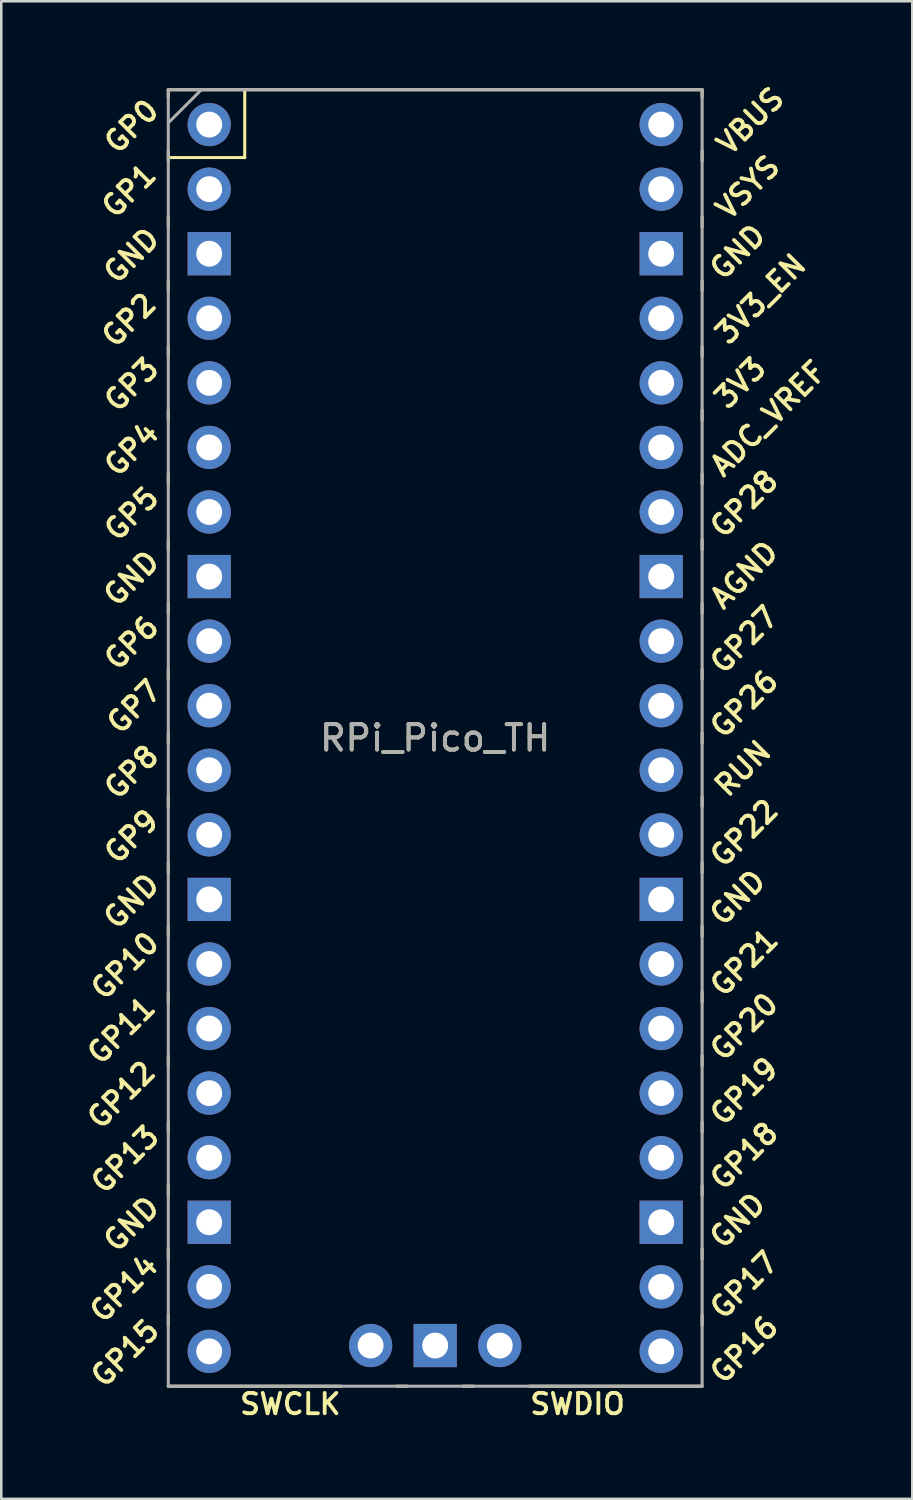
<source format=kicad_pcb>
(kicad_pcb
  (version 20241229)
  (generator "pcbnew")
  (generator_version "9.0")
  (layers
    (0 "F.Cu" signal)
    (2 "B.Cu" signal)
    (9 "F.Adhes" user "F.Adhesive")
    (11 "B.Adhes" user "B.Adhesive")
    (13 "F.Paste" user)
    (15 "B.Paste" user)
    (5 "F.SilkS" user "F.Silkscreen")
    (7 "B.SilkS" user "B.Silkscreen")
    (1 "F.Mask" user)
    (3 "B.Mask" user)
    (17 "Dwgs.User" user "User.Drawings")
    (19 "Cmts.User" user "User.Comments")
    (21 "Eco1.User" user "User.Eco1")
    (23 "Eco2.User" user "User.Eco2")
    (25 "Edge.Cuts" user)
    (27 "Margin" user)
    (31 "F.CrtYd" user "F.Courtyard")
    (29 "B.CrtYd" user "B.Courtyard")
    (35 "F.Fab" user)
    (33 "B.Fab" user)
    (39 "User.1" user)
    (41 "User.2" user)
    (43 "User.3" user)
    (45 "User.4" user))
  (footprint "RPi_Pico_TH"
    (layer "F.Cu")
    (at 14.07 25.981)
    (property "Reference" "RPi_Pico_TH" (at 0 0 0) (layer "F.SilkS") (effects (font (size 1 1) (thickness 0.15))))
    (attr through_hole)
    (fp_line (start -10.5 -25.5) (end -10.5 -25.2) (stroke (width 0.12) (type solid)) (layer "F.SilkS"))
    (fp_line (start -10.5 -25.5) (end 10.5 -25.5) (stroke (width 0.12) (type solid)) (layer "F.SilkS"))
    (fp_line (start -10.5 -23.1) (end -10.5 -22.7) (stroke (width 0.12) (type solid)) (layer "F.SilkS"))
    (fp_line (start -10.5 -22.833) (end -7.493 -22.833) (stroke (width 0.12) (type solid)) (layer "F.SilkS"))
    (fp_line (start -10.5 -20.5) (end -10.5 -20.1) (stroke (width 0.12) (type solid)) (layer "F.SilkS"))
    (fp_line (start -10.5 -18) (end -10.5 -17.6) (stroke (width 0.12) (type solid)) (layer "F.SilkS"))
    (fp_line (start -10.5 -15.4) (end -10.5 -15) (stroke (width 0.12) (type solid)) (layer "F.SilkS"))
    (fp_line (start -10.5 -12.9) (end -10.5 -12.5) (stroke (width 0.12) (type solid)) (layer "F.SilkS"))
    (fp_line (start -10.5 -10.4) (end -10.5 -10) (stroke (width 0.12) (type solid)) (layer "F.SilkS"))
    (fp_line (start -10.5 -7.8) (end -10.5 -7.4) (stroke (width 0.12) (type solid)) (layer "F.SilkS"))
    (fp_line (start -10.5 -5.3) (end -10.5 -4.9) (stroke (width 0.12) (type solid)) (layer "F.SilkS"))
    (fp_line (start -10.5 -2.7) (end -10.5 -2.3) (stroke (width 0.12) (type solid)) (layer "F.SilkS"))
    (fp_line (start -10.5 -0.2) (end -10.5 0.2) (stroke (width 0.12) (type solid)) (layer "F.SilkS"))
    (fp_line (start -10.5 2.3) (end -10.5 2.7) (stroke (width 0.12) (type solid)) (layer "F.SilkS"))
    (fp_line (start -10.5 4.9) (end -10.5 5.3) (stroke (width 0.12) (type solid)) (layer "F.SilkS"))
    (fp_line (start -10.5 7.4) (end -10.5 7.8) (stroke (width 0.12) (type solid)) (layer "F.SilkS"))
    (fp_line (start -10.5 10) (end -10.5 10.4) (stroke (width 0.12) (type solid)) (layer "F.SilkS"))
    (fp_line (start -10.5 12.5) (end -10.5 12.9) (stroke (width 0.12) (type solid)) (layer "F.SilkS"))
    (fp_line (start -10.5 15.1) (end -10.5 15.5) (stroke (width 0.12) (type solid)) (layer "F.SilkS"))
    (fp_line (start -10.5 17.6) (end -10.5 18) (stroke (width 0.12) (type solid)) (layer "F.SilkS"))
    (fp_line (start -10.5 20.1) (end -10.5 20.5) (stroke (width 0.12) (type solid)) (layer "F.SilkS"))
    (fp_line (start -10.5 22.7) (end -10.5 23.1) (stroke (width 0.12) (type solid)) (layer "F.SilkS"))
    (fp_line (start -7.493 -22.833) (end -7.493 -25.5) (stroke (width 0.12) (type solid)) (layer "F.SilkS"))
    (fp_line (start -3.7 25.5) (end -10.5 25.5) (stroke (width 0.12) (type solid)) (layer "F.SilkS"))
    (fp_line (start -1.5 25.5) (end -1.1 25.5) (stroke (width 0.12) (type solid)) (layer "F.SilkS"))
    (fp_line (start 1.1 25.5) (end 1.5 25.5) (stroke (width 0.12) (type solid)) (layer "F.SilkS"))
    (fp_line (start 10.5 -25.5) (end 10.5 -25.2) (stroke (width 0.12) (type solid)) (layer "F.SilkS"))
    (fp_line (start 10.5 -23.1) (end 10.5 -22.7) (stroke (width 0.12) (type solid)) (layer "F.SilkS"))
    (fp_line (start 10.5 -20.5) (end 10.5 -20.1) (stroke (width 0.12) (type solid)) (layer "F.SilkS"))
    (fp_line (start 10.5 -18) (end 10.5 -17.6) (stroke (width 0.12) (type solid)) (layer "F.SilkS"))
    (fp_line (start 10.5 -15.4) (end 10.5 -15) (stroke (width 0.12) (type solid)) (layer "F.SilkS"))
    (fp_line (start 10.5 -12.9) (end 10.5 -12.5) (stroke (width 0.12) (type solid)) (layer "F.SilkS"))
    (fp_line (start 10.5 -10.4) (end 10.5 -10) (stroke (width 0.12) (type solid)) (layer "F.SilkS"))
    (fp_line (start 10.5 -7.8) (end 10.5 -7.4) (stroke (width 0.12) (type solid)) (layer "F.SilkS"))
    (fp_line (start 10.5 -5.3) (end 10.5 -4.9) (stroke (width 0.12) (type solid)) (layer "F.SilkS"))
    (fp_line (start 10.5 -2.7) (end 10.5 -2.3) (stroke (width 0.12) (type solid)) (layer "F.SilkS"))
    (fp_line (start 10.5 -0.2) (end 10.5 0.2) (stroke (width 0.12) (type solid)) (layer "F.SilkS"))
    (fp_line (start 10.5 2.3) (end 10.5 2.7) (stroke (width 0.12) (type solid)) (layer "F.SilkS"))
    (fp_line (start 10.5 4.9) (end 10.5 5.3) (stroke (width 0.12) (type solid)) (layer "F.SilkS"))
    (fp_line (start 10.5 7.4) (end 10.5 7.8) (stroke (width 0.12) (type solid)) (layer "F.SilkS"))
    (fp_line (start 10.5 10) (end 10.5 10.4) (stroke (width 0.12) (type solid)) (layer "F.SilkS"))
    (fp_line (start 10.5 12.5) (end 10.5 12.9) (stroke (width 0.12) (type solid)) (layer "F.SilkS"))
    (fp_line (start 10.5 15.1) (end 10.5 15.5) (stroke (width 0.12) (type solid)) (layer "F.SilkS"))
    (fp_line (start 10.5 17.6) (end 10.5 18) (stroke (width 0.12) (type solid)) (layer "F.SilkS"))
    (fp_line (start 10.5 20.1) (end 10.5 20.5) (stroke (width 0.12) (type solid)) (layer "F.SilkS"))
    (fp_line (start 10.5 22.7) (end 10.5 23.1) (stroke (width 0.12) (type solid)) (layer "F.SilkS"))
    (fp_line (start 10.5 25.5) (end 3.7 25.5) (stroke (width 0.12) (type solid)) (layer "F.SilkS"))
    (fp_line (start -10.5 -25.5) (end 10.5 -25.5) (stroke (width 0.12) (type solid)) (layer "F.Fab"))
    (fp_line (start -10.5 -24.2) (end -9.2 -25.5) (stroke (width 0.12) (type solid)) (layer "F.Fab"))
    (fp_line (start -10.5 25.5) (end -10.5 -25.5) (stroke (width 0.12) (type solid)) (layer "F.Fab"))
    (fp_line (start 10.5 -25.5) (end 10.5 25.5) (stroke (width 0.12) (type solid)) (layer "F.Fab"))
    (fp_line (start 10.5 25.5) (end -10.5 25.5) (stroke (width 0.12) (type solid)) (layer "F.Fab"))
    (fp_text user "GND" (at 11.9 6.28 45) (layer "F.SilkS") (effects (font (size 0.8 0.8) (thickness 0.15))))
    (fp_text user "GP21" (at 12.154 8.83 45) (layer "F.SilkS") (effects (font (size 0.8 0.8) (thickness 0.15))))
    (fp_text user "GND" (at -11.946 -6.28 45) (layer "F.SilkS") (effects (font (size 0.8 0.8) (thickness 0.15))))
    (fp_text user "GP14" (at -12.246 21.66 45) (layer "F.SilkS") (effects (font (size 0.8 0.8) (thickness 0.15))))
    (fp_text user "GND" (at -11.946 6.42 45) (layer "F.SilkS") (effects (font (size 0.8 0.8) (thickness 0.15))))
    (fp_text user "ADC_VREF" (at 13.1 -12.57 45) (layer "F.SilkS") (effects (font (size 0.8 0.8) (thickness 0.15))))
    (fp_text user "GP6" (at -11.946 -3.74 45) (layer "F.SilkS") (effects (font (size 0.8 0.8) (thickness 0.15))))
    (fp_text user "GP3" (at -11.946 -13.9 45) (layer "F.SilkS") (effects (font (size 0.8 0.8) (thickness 0.15))))
    (fp_text user "GP16" (at 12.154 24.06 45) (layer "F.SilkS") (effects (font (size 0.8 0.8) (thickness 0.15))))
    (fp_text user "GP1" (at -12.046 -21.53 45) (layer "F.SilkS") (effects (font (size 0.8 0.8) (thickness 0.15))))
    (fp_text user "GP17" (at 12.154 21.52 45) (layer "F.SilkS") (effects (font (size 0.8 0.8) (thickness 0.15))))
    (fp_text user "GP20" (at 12.154 11.36 45) (layer "F.SilkS") (effects (font (size 0.8 0.8) (thickness 0.15))))
    (fp_text user "GP10" (at -12.2 8.96 45) (layer "F.SilkS") (effects (font (size 0.8 0.8) (thickness 0.15))))
    (fp_text user "SWDIO" (at 5.6 26.2 0) (layer "F.SilkS") (effects (font (size 0.8 0.8) (thickness 0.15))))
    (fp_text user "GP2" (at -12.046 -16.44 45) (layer "F.SilkS") (effects (font (size 0.8 0.8) (thickness 0.15))))
    (fp_text user "GP27" (at 12.154 -3.87 45) (layer "F.SilkS") (effects (font (size 0.8 0.8) (thickness 0.15))))
    (fp_text user "GND" (at -11.946 -18.98 45) (layer "F.SilkS") (effects (font (size 0.8 0.8) (thickness 0.15))))
    (fp_text user "GP26" (at 12.154 -1.34 45) (layer "F.SilkS") (effects (font (size 0.8 0.8) (thickness 0.15))))
    (fp_text user "3V3" (at 12 -13.97 45) (layer "F.SilkS") (effects (font (size 0.8 0.8) (thickness 0.15))))
    (fp_text user "GP18" (at 12.154 16.44 45) (layer "F.SilkS") (effects (font (size 0.8 0.8) (thickness 0.15))))
    (fp_text user "GP7" (at -11.846 -1.23 45) (layer "F.SilkS") (effects (font (size 0.8 0.8) (thickness 0.15))))
    (fp_text user "VSYS" (at 12.3 -21.66 45) (layer "F.SilkS") (effects (font (size 0.8 0.8) (thickness 0.15))))
    (fp_text user "GND" (at 11.9 18.98 45) (layer "F.SilkS") (effects (font (size 0.8 0.8) (thickness 0.15))))
    (fp_text user "GP9" (at -11.946 3.88 45) (layer "F.SilkS") (effects (font (size 0.8 0.8) (thickness 0.15))))
    (fp_text user "GP5" (at -11.946 -8.82 45) (layer "F.SilkS") (effects (font (size 0.8 0.8) (thickness 0.15))))
    (fp_text user "GP22" (at 12.154 3.74 45) (layer "F.SilkS") (effects (font (size 0.8 0.8) (thickness 0.15))))
    (fp_text user "GND" (at 11.9 -19.12 45) (layer "F.SilkS") (effects (font (size 0.8 0.8) (thickness 0.15))))
    (fp_text user "RUN" (at 12.1 1.2 45) (layer "F.SilkS") (effects (font (size 0.8 0.8) (thickness 0.15))))
    (fp_text user "AGND" (at 12.154 -6.42 45) (layer "F.SilkS") (effects (font (size 0.8 0.8) (thickness 0.15))))
    (fp_text user "GP0" (at -11.946 -24.06 45) (layer "F.SilkS") (effects (font (size 0.8 0.8) (thickness 0.15))))
    (fp_text user "GP28" (at 12.154 -9.214 45) (layer "F.SilkS") (effects (font (size 0.8 0.8) (thickness 0.15))))
    (fp_text user "GP8" (at -11.946 1.34 45) (layer "F.SilkS") (effects (font (size 0.8 0.8) (thickness 0.15))))
    (fp_text user "GND" (at -11.946 19.12 45) (layer "F.SilkS") (effects (font (size 0.8 0.8) (thickness 0.15))))
    (fp_text user "GP4" (at -11.946 -11.36 45) (layer "F.SilkS") (effects (font (size 0.8 0.8) (thickness 0.15))))
    (fp_text user "GP13" (at -12.2 16.58 45) (layer "F.SilkS") (effects (font (size 0.8 0.8) (thickness 0.15))))
    (fp_text user "SWCLK" (at -5.7 26.2 0) (layer "F.SilkS") (effects (font (size 0.8 0.8) (thickness 0.15))))
    (fp_text user "GP12" (at -12.346 14.04 45) (layer "F.SilkS") (effects (font (size 0.8 0.8) (thickness 0.15))))
    (fp_text user "GP19" (at 12.154 13.9 45) (layer "F.SilkS") (effects (font (size 0.8 0.8) (thickness 0.15))))
    (fp_text user "GP11" (at -12.346 11.5 45) (layer "F.SilkS") (effects (font (size 0.8 0.8) (thickness 0.15))))
    (fp_text user "GP15" (at -12.2 24.2 45) (layer "F.SilkS") (effects (font (size 0.8 0.8) (thickness 0.15))))
    (fp_text user "3V3_EN" (at 12.8 -17.27 45) (layer "F.SilkS") (effects (font (size 0.8 0.8) (thickness 0.15))))
    (fp_text user "VBUS" (at 12.4 -24.27 45) (layer "F.SilkS") (effects (font (size 0.8 0.8) (thickness 0.15))))
    (fp_text user "${REFERENCE}" (at 0 0 180) (layer "F.Fab") (effects (font (size 1 1) (thickness 0.15))))
    (pad "1" thru_hole oval (at -8.89 -24.13) (size 1.7 1.7) (drill 1.02) (layers "*.Cu" "*.Mask"))
    (pad "2" thru_hole oval (at -8.89 -21.59) (size 1.7 1.7) (drill 1.02) (layers "*.Cu" "*.Mask"))
    (pad "3" thru_hole rect (at -8.89 -19.05) (size 1.7 1.7) (drill 1.02) (layers "*.Cu" "*.Mask"))
    (pad "4" thru_hole oval (at -8.89 -16.51) (size 1.7 1.7) (drill 1.02) (layers "*.Cu" "*.Mask"))
    (pad "5" thru_hole oval (at -8.89 -13.97) (size 1.7 1.7) (drill 1.02) (layers "*.Cu" "*.Mask"))
    (pad "6" thru_hole oval (at -8.89 -11.43) (size 1.7 1.7) (drill 1.02) (layers "*.Cu" "*.Mask"))
    (pad "7" thru_hole oval (at -8.89 -8.89) (size 1.7 1.7) (drill 1.02) (layers "*.Cu" "*.Mask"))
    (pad "8" thru_hole rect (at -8.89 -6.35) (size 1.7 1.7) (drill 1.02) (layers "*.Cu" "*.Mask"))
    (pad "9" thru_hole oval (at -8.89 -3.81) (size 1.7 1.7) (drill 1.02) (layers "*.Cu" "*.Mask"))
    (pad "10" thru_hole oval (at -8.89 -1.27) (size 1.7 1.7) (drill 1.02) (layers "*.Cu" "*.Mask"))
    (pad "11" thru_hole oval (at -8.89 1.27) (size 1.7 1.7) (drill 1.02) (layers "*.Cu" "*.Mask"))
    (pad "12" thru_hole oval (at -8.89 3.81) (size 1.7 1.7) (drill 1.02) (layers "*.Cu" "*.Mask"))
    (pad "13" thru_hole rect (at -8.89 6.35) (size 1.7 1.7) (drill 1.02) (layers "*.Cu" "*.Mask"))
    (pad "14" thru_hole oval (at -8.89 8.89) (size 1.7 1.7) (drill 1.02) (layers "*.Cu" "*.Mask"))
    (pad "15" thru_hole oval (at -8.89 11.43) (size 1.7 1.7) (drill 1.02) (layers "*.Cu" "*.Mask"))
    (pad "16" thru_hole oval (at -8.89 13.97) (size 1.7 1.7) (drill 1.02) (layers "*.Cu" "*.Mask"))
    (pad "17" thru_hole oval (at -8.89 16.51) (size 1.7 1.7) (drill 1.02) (layers "*.Cu" "*.Mask"))
    (pad "18" thru_hole rect (at -8.89 19.05) (size 1.7 1.7) (drill 1.02) (layers "*.Cu" "*.Mask"))
    (pad "19" thru_hole oval (at -8.89 21.59) (size 1.7 1.7) (drill 1.02) (layers "*.Cu" "*.Mask"))
    (pad "20" thru_hole oval (at -8.89 24.13) (size 1.7 1.7) (drill 1.02) (layers "*.Cu" "*.Mask"))
    (pad "21" thru_hole oval (at 8.89 24.13) (size 1.7 1.7) (drill 1.02) (layers "*.Cu" "*.Mask"))
    (pad "22" thru_hole oval (at 8.89 21.59) (size 1.7 1.7) (drill 1.02) (layers "*.Cu" "*.Mask"))
    (pad "23" thru_hole rect (at 8.89 19.05) (size 1.7 1.7) (drill 1.02) (layers "*.Cu" "*.Mask"))
    (pad "24" thru_hole oval (at 8.89 16.51) (size 1.7 1.7) (drill 1.02) (layers "*.Cu" "*.Mask"))
    (pad "25" thru_hole oval (at 8.89 13.97) (size 1.7 1.7) (drill 1.02) (layers "*.Cu" "*.Mask"))
    (pad "26" thru_hole oval (at 8.89 11.43) (size 1.7 1.7) (drill 1.02) (layers "*.Cu" "*.Mask"))
    (pad "27" thru_hole oval (at 8.89 8.89) (size 1.7 1.7) (drill 1.02) (layers "*.Cu" "*.Mask"))
    (pad "28" thru_hole rect (at 8.89 6.35) (size 1.7 1.7) (drill 1.02) (layers "*.Cu" "*.Mask"))
    (pad "29" thru_hole oval (at 8.89 3.81) (size 1.7 1.7) (drill 1.02) (layers "*.Cu" "*.Mask"))
    (pad "30" thru_hole oval (at 8.89 1.27) (size 1.7 1.7) (drill 1.02) (layers "*.Cu" "*.Mask"))
    (pad "31" thru_hole oval (at 8.89 -1.27) (size 1.7 1.7) (drill 1.02) (layers "*.Cu" "*.Mask"))
    (pad "32" thru_hole oval (at 8.89 -3.81) (size 1.7 1.7) (drill 1.02) (layers "*.Cu" "*.Mask"))
    (pad "33" thru_hole rect (at 8.89 -6.35) (size 1.7 1.7) (drill 1.02) (layers "*.Cu" "*.Mask"))
    (pad "34" thru_hole oval (at 8.89 -8.89) (size 1.7 1.7) (drill 1.02) (layers "*.Cu" "*.Mask"))
    (pad "35" thru_hole oval (at 8.89 -11.43) (size 1.7 1.7) (drill 1.02) (layers "*.Cu" "*.Mask"))
    (pad "36" thru_hole oval (at 8.89 -13.97) (size 1.7 1.7) (drill 1.02) (layers "*.Cu" "*.Mask"))
    (pad "37" thru_hole oval (at 8.89 -16.51) (size 1.7 1.7) (drill 1.02) (layers "*.Cu" "*.Mask"))
    (pad "38" thru_hole rect (at 8.89 -19.05) (size 1.7 1.7) (drill 1.02) (layers "*.Cu" "*.Mask"))
    (pad "39" thru_hole oval (at 8.89 -21.59) (size 1.7 1.7) (drill 1.02) (layers "*.Cu" "*.Mask"))
    (pad "40" thru_hole oval (at 8.89 -24.13) (size 1.7 1.7) (drill 1.02) (layers "*.Cu" "*.Mask"))
    (pad "41" thru_hole oval (at -2.54 23.9) (size 1.7 1.7) (drill 1.02) (layers "*.Cu" "*.Mask"))
    (pad "42" thru_hole rect (at 0 23.9) (size 1.7 1.7) (drill 1.02) (layers "*.Cu" "*.Mask"))
    (pad "43" thru_hole oval (at 2.54 23.9) (size 1.7 1.7) (drill 1.02) (layers "*.Cu" "*.Mask")))
  (gr_rect
    (start -3 -3)
    (end 32.837 55.912)
    (stroke (width 0.1) (type default))
    (fill no)
    (layer "Edge.Cuts")))
</source>
